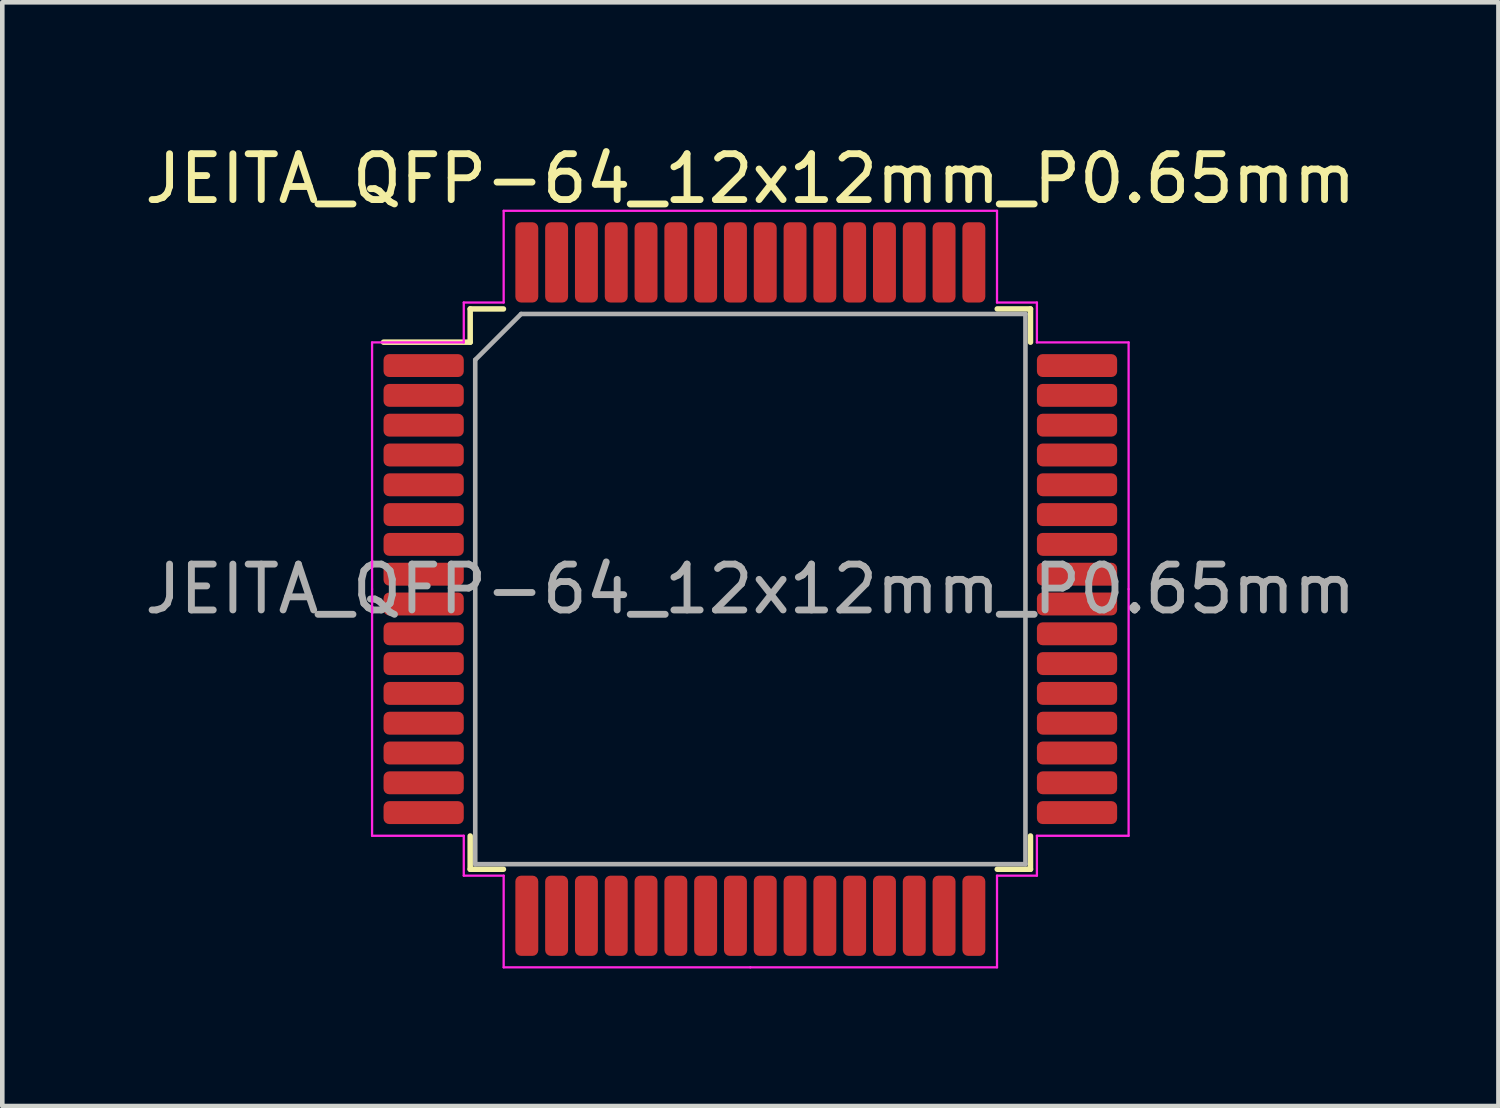
<source format=kicad_pcb>
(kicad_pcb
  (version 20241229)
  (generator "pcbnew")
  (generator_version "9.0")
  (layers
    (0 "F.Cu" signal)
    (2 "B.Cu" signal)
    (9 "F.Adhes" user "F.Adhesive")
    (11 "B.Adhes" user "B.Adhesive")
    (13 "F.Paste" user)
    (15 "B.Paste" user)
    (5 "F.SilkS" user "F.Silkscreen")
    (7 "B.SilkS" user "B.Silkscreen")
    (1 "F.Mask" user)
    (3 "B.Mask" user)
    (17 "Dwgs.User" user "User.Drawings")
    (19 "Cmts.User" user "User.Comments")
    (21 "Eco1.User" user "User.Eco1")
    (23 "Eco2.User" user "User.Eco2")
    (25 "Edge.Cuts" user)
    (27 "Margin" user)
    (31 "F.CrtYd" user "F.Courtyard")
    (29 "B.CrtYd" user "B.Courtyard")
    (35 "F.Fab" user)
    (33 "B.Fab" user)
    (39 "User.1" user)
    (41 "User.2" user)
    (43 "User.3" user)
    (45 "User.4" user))
  (footprint "JEITA_QFP-64_12x12mm_P0.65mm"
    (layer "F.Cu")
    (at 13.315 9.798)
    (property "Reference" "JEITA_QFP-64_12x12mm_P0.65mm" (at 0 -8.95 0) (layer "F.SilkS") (effects (font (size 1 1) (thickness 0.15))))
    (attr smd)
    (fp_line (start -6.11 -6.11) (end -6.11 -5.385) (stroke (width 0.12) (type solid)) (layer "F.SilkS"))
    (fp_line (start -6.11 -5.385) (end -8 -5.385) (stroke (width 0.12) (type solid)) (layer "F.SilkS"))
    (fp_line (start -6.11 6.11) (end -6.11 5.385) (stroke (width 0.12) (type solid)) (layer "F.SilkS"))
    (fp_line (start -5.385 -6.11) (end -6.11 -6.11) (stroke (width 0.12) (type solid)) (layer "F.SilkS"))
    (fp_line (start -5.385 6.11) (end -6.11 6.11) (stroke (width 0.12) (type solid)) (layer "F.SilkS"))
    (fp_line (start 5.385 -6.11) (end 6.11 -6.11) (stroke (width 0.12) (type solid)) (layer "F.SilkS"))
    (fp_line (start 5.385 6.11) (end 6.11 6.11) (stroke (width 0.12) (type solid)) (layer "F.SilkS"))
    (fp_line (start 6.11 -6.11) (end 6.11 -5.385) (stroke (width 0.12) (type solid)) (layer "F.SilkS"))
    (fp_line (start 6.11 6.11) (end 6.11 5.385) (stroke (width 0.12) (type solid)) (layer "F.SilkS"))
    (fp_line (start -8.25 -5.38) (end -8.25 0) (stroke (width 0.05) (type solid)) (layer "F.CrtYd"))
    (fp_line (start -8.25 5.38) (end -8.25 0) (stroke (width 0.05) (type solid)) (layer "F.CrtYd"))
    (fp_line (start -6.25 -6.25) (end -6.25 -5.38) (stroke (width 0.05) (type solid)) (layer "F.CrtYd"))
    (fp_line (start -6.25 -5.38) (end -8.25 -5.38) (stroke (width 0.05) (type solid)) (layer "F.CrtYd"))
    (fp_line (start -6.25 5.38) (end -8.25 5.38) (stroke (width 0.05) (type solid)) (layer "F.CrtYd"))
    (fp_line (start -6.25 6.25) (end -6.25 5.38) (stroke (width 0.05) (type solid)) (layer "F.CrtYd"))
    (fp_line (start -5.38 -8.25) (end -5.38 -6.25) (stroke (width 0.05) (type solid)) (layer "F.CrtYd"))
    (fp_line (start -5.38 -6.25) (end -6.25 -6.25) (stroke (width 0.05) (type solid)) (layer "F.CrtYd"))
    (fp_line (start -5.38 6.25) (end -6.25 6.25) (stroke (width 0.05) (type solid)) (layer "F.CrtYd"))
    (fp_line (start -5.38 8.25) (end -5.38 6.25) (stroke (width 0.05) (type solid)) (layer "F.CrtYd"))
    (fp_line (start 0 -8.25) (end -5.38 -8.25) (stroke (width 0.05) (type solid)) (layer "F.CrtYd"))
    (fp_line (start 0 -8.25) (end 5.38 -8.25) (stroke (width 0.05) (type solid)) (layer "F.CrtYd"))
    (fp_line (start 0 8.25) (end -5.38 8.25) (stroke (width 0.05) (type solid)) (layer "F.CrtYd"))
    (fp_line (start 0 8.25) (end 5.38 8.25) (stroke (width 0.05) (type solid)) (layer "F.CrtYd"))
    (fp_line (start 5.38 -8.25) (end 5.38 -6.25) (stroke (width 0.05) (type solid)) (layer "F.CrtYd"))
    (fp_line (start 5.38 -6.25) (end 6.25 -6.25) (stroke (width 0.05) (type solid)) (layer "F.CrtYd"))
    (fp_line (start 5.38 6.25) (end 6.25 6.25) (stroke (width 0.05) (type solid)) (layer "F.CrtYd"))
    (fp_line (start 5.38 8.25) (end 5.38 6.25) (stroke (width 0.05) (type solid)) (layer "F.CrtYd"))
    (fp_line (start 6.25 -6.25) (end 6.25 -5.38) (stroke (width 0.05) (type solid)) (layer "F.CrtYd"))
    (fp_line (start 6.25 -5.38) (end 8.25 -5.38) (stroke (width 0.05) (type solid)) (layer "F.CrtYd"))
    (fp_line (start 6.25 5.38) (end 8.25 5.38) (stroke (width 0.05) (type solid)) (layer "F.CrtYd"))
    (fp_line (start 6.25 6.25) (end 6.25 5.38) (stroke (width 0.05) (type solid)) (layer "F.CrtYd"))
    (fp_line (start 8.25 -5.38) (end 8.25 0) (stroke (width 0.05) (type solid)) (layer "F.CrtYd"))
    (fp_line (start 8.25 5.38) (end 8.25 0) (stroke (width 0.05) (type solid)) (layer "F.CrtYd"))
    (fp_line (start -6 -5) (end -5 -6) (stroke (width 0.1) (type solid)) (layer "F.Fab"))
    (fp_line (start -6 6) (end -6 -5) (stroke (width 0.1) (type solid)) (layer "F.Fab"))
    (fp_line (start -5 -6) (end 6 -6) (stroke (width 0.1) (type solid)) (layer "F.Fab"))
    (fp_line (start 6 -6) (end 6 6) (stroke (width 0.1) (type solid)) (layer "F.Fab"))
    (fp_line (start 6 6) (end -6 6) (stroke (width 0.1) (type solid)) (layer "F.Fab"))
    (fp_text user "${REFERENCE}" (at 0 0 0) (layer "F.Fab") (effects (font (size 1 1) (thickness 0.15))))
    (pad "1" smd roundrect (at -7.125 -4.875) (size 1.75 0.5) (layers "F.Cu" "F.Mask" "F.Paste") (roundrect_rratio 0.25))
    (pad "2" smd roundrect (at -7.125 -4.225) (size 1.75 0.5) (layers "F.Cu" "F.Mask" "F.Paste") (roundrect_rratio 0.25))
    (pad "3" smd roundrect (at -7.125 -3.575) (size 1.75 0.5) (layers "F.Cu" "F.Mask" "F.Paste") (roundrect_rratio 0.25))
    (pad "4" smd roundrect (at -7.125 -2.925) (size 1.75 0.5) (layers "F.Cu" "F.Mask" "F.Paste") (roundrect_rratio 0.25))
    (pad "5" smd roundrect (at -7.125 -2.275) (size 1.75 0.5) (layers "F.Cu" "F.Mask" "F.Paste") (roundrect_rratio 0.25))
    (pad "6" smd roundrect (at -7.125 -1.625) (size 1.75 0.5) (layers "F.Cu" "F.Mask" "F.Paste") (roundrect_rratio 0.25))
    (pad "7" smd roundrect (at -7.125 -0.975) (size 1.75 0.5) (layers "F.Cu" "F.Mask" "F.Paste") (roundrect_rratio 0.25))
    (pad "8" smd roundrect (at -7.125 -0.325) (size 1.75 0.5) (layers "F.Cu" "F.Mask" "F.Paste") (roundrect_rratio 0.25))
    (pad "9" smd roundrect (at -7.125 0.325) (size 1.75 0.5) (layers "F.Cu" "F.Mask" "F.Paste") (roundrect_rratio 0.25))
    (pad "10" smd roundrect (at -7.125 0.975) (size 1.75 0.5) (layers "F.Cu" "F.Mask" "F.Paste") (roundrect_rratio 0.25))
    (pad "11" smd roundrect (at -7.125 1.625) (size 1.75 0.5) (layers "F.Cu" "F.Mask" "F.Paste") (roundrect_rratio 0.25))
    (pad "12" smd roundrect (at -7.125 2.275) (size 1.75 0.5) (layers "F.Cu" "F.Mask" "F.Paste") (roundrect_rratio 0.25))
    (pad "13" smd roundrect (at -7.125 2.925) (size 1.75 0.5) (layers "F.Cu" "F.Mask" "F.Paste") (roundrect_rratio 0.25))
    (pad "14" smd roundrect (at -7.125 3.575) (size 1.75 0.5) (layers "F.Cu" "F.Mask" "F.Paste") (roundrect_rratio 0.25))
    (pad "15" smd roundrect (at -7.125 4.225) (size 1.75 0.5) (layers "F.Cu" "F.Mask" "F.Paste") (roundrect_rratio 0.25))
    (pad "16" smd roundrect (at -7.125 4.875) (size 1.75 0.5) (layers "F.Cu" "F.Mask" "F.Paste") (roundrect_rratio 0.25))
    (pad "17" smd roundrect (at -4.875 7.125) (size 0.5 1.75) (layers "F.Cu" "F.Mask" "F.Paste") (roundrect_rratio 0.25))
    (pad "18" smd roundrect (at -4.225 7.125) (size 0.5 1.75) (layers "F.Cu" "F.Mask" "F.Paste") (roundrect_rratio 0.25))
    (pad "19" smd roundrect (at -3.575 7.125) (size 0.5 1.75) (layers "F.Cu" "F.Mask" "F.Paste") (roundrect_rratio 0.25))
    (pad "20" smd roundrect (at -2.925 7.125) (size 0.5 1.75) (layers "F.Cu" "F.Mask" "F.Paste") (roundrect_rratio 0.25))
    (pad "21" smd roundrect (at -2.275 7.125) (size 0.5 1.75) (layers "F.Cu" "F.Mask" "F.Paste") (roundrect_rratio 0.25))
    (pad "22" smd roundrect (at -1.625 7.125) (size 0.5 1.75) (layers "F.Cu" "F.Mask" "F.Paste") (roundrect_rratio 0.25))
    (pad "23" smd roundrect (at -0.975 7.125) (size 0.5 1.75) (layers "F.Cu" "F.Mask" "F.Paste") (roundrect_rratio 0.25))
    (pad "24" smd roundrect (at -0.325 7.125) (size 0.5 1.75) (layers "F.Cu" "F.Mask" "F.Paste") (roundrect_rratio 0.25))
    (pad "25" smd roundrect (at 0.325 7.125) (size 0.5 1.75) (layers "F.Cu" "F.Mask" "F.Paste") (roundrect_rratio 0.25))
    (pad "26" smd roundrect (at 0.975 7.125) (size 0.5 1.75) (layers "F.Cu" "F.Mask" "F.Paste") (roundrect_rratio 0.25))
    (pad "27" smd roundrect (at 1.625 7.125) (size 0.5 1.75) (layers "F.Cu" "F.Mask" "F.Paste") (roundrect_rratio 0.25))
    (pad "28" smd roundrect (at 2.275 7.125) (size 0.5 1.75) (layers "F.Cu" "F.Mask" "F.Paste") (roundrect_rratio 0.25))
    (pad "29" smd roundrect (at 2.925 7.125) (size 0.5 1.75) (layers "F.Cu" "F.Mask" "F.Paste") (roundrect_rratio 0.25))
    (pad "30" smd roundrect (at 3.575 7.125) (size 0.5 1.75) (layers "F.Cu" "F.Mask" "F.Paste") (roundrect_rratio 0.25))
    (pad "31" smd roundrect (at 4.225 7.125) (size 0.5 1.75) (layers "F.Cu" "F.Mask" "F.Paste") (roundrect_rratio 0.25))
    (pad "32" smd roundrect (at 4.875 7.125) (size 0.5 1.75) (layers "F.Cu" "F.Mask" "F.Paste") (roundrect_rratio 0.25))
    (pad "33" smd roundrect (at 7.125 4.875) (size 1.75 0.5) (layers "F.Cu" "F.Mask" "F.Paste") (roundrect_rratio 0.25))
    (pad "34" smd roundrect (at 7.125 4.225) (size 1.75 0.5) (layers "F.Cu" "F.Mask" "F.Paste") (roundrect_rratio 0.25))
    (pad "35" smd roundrect (at 7.125 3.575) (size 1.75 0.5) (layers "F.Cu" "F.Mask" "F.Paste") (roundrect_rratio 0.25))
    (pad "36" smd roundrect (at 7.125 2.925) (size 1.75 0.5) (layers "F.Cu" "F.Mask" "F.Paste") (roundrect_rratio 0.25))
    (pad "37" smd roundrect (at 7.125 2.275) (size 1.75 0.5) (layers "F.Cu" "F.Mask" "F.Paste") (roundrect_rratio 0.25))
    (pad "38" smd roundrect (at 7.125 1.625) (size 1.75 0.5) (layers "F.Cu" "F.Mask" "F.Paste") (roundrect_rratio 0.25))
    (pad "39" smd roundrect (at 7.125 0.975) (size 1.75 0.5) (layers "F.Cu" "F.Mask" "F.Paste") (roundrect_rratio 0.25))
    (pad "40" smd roundrect (at 7.125 0.325) (size 1.75 0.5) (layers "F.Cu" "F.Mask" "F.Paste") (roundrect_rratio 0.25))
    (pad "41" smd roundrect (at 7.125 -0.325) (size 1.75 0.5) (layers "F.Cu" "F.Mask" "F.Paste") (roundrect_rratio 0.25))
    (pad "42" smd roundrect (at 7.125 -0.975) (size 1.75 0.5) (layers "F.Cu" "F.Mask" "F.Paste") (roundrect_rratio 0.25))
    (pad "43" smd roundrect (at 7.125 -1.625) (size 1.75 0.5) (layers "F.Cu" "F.Mask" "F.Paste") (roundrect_rratio 0.25))
    (pad "44" smd roundrect (at 7.125 -2.275) (size 1.75 0.5) (layers "F.Cu" "F.Mask" "F.Paste") (roundrect_rratio 0.25))
    (pad "45" smd roundrect (at 7.125 -2.925) (size 1.75 0.5) (layers "F.Cu" "F.Mask" "F.Paste") (roundrect_rratio 0.25))
    (pad "46" smd roundrect (at 7.125 -3.575) (size 1.75 0.5) (layers "F.Cu" "F.Mask" "F.Paste") (roundrect_rratio 0.25))
    (pad "47" smd roundrect (at 7.125 -4.225) (size 1.75 0.5) (layers "F.Cu" "F.Mask" "F.Paste") (roundrect_rratio 0.25))
    (pad "48" smd roundrect (at 7.125 -4.875) (size 1.75 0.5) (layers "F.Cu" "F.Mask" "F.Paste") (roundrect_rratio 0.25))
    (pad "49" smd roundrect (at 4.875 -7.125) (size 0.5 1.75) (layers "F.Cu" "F.Mask" "F.Paste") (roundrect_rratio 0.25))
    (pad "50" smd roundrect (at 4.225 -7.125) (size 0.5 1.75) (layers "F.Cu" "F.Mask" "F.Paste") (roundrect_rratio 0.25))
    (pad "51" smd roundrect (at 3.575 -7.125) (size 0.5 1.75) (layers "F.Cu" "F.Mask" "F.Paste") (roundrect_rratio 0.25))
    (pad "52" smd roundrect (at 2.925 -7.125) (size 0.5 1.75) (layers "F.Cu" "F.Mask" "F.Paste") (roundrect_rratio 0.25))
    (pad "53" smd roundrect (at 2.275 -7.125) (size 0.5 1.75) (layers "F.Cu" "F.Mask" "F.Paste") (roundrect_rratio 0.25))
    (pad "54" smd roundrect (at 1.625 -7.125) (size 0.5 1.75) (layers "F.Cu" "F.Mask" "F.Paste") (roundrect_rratio 0.25))
    (pad "55" smd roundrect (at 0.975 -7.125) (size 0.5 1.75) (layers "F.Cu" "F.Mask" "F.Paste") (roundrect_rratio 0.25))
    (pad "56" smd roundrect (at 0.325 -7.125) (size 0.5 1.75) (layers "F.Cu" "F.Mask" "F.Paste") (roundrect_rratio 0.25))
    (pad "57" smd roundrect (at -0.325 -7.125) (size 0.5 1.75) (layers "F.Cu" "F.Mask" "F.Paste") (roundrect_rratio 0.25))
    (pad "58" smd roundrect (at -0.975 -7.125) (size 0.5 1.75) (layers "F.Cu" "F.Mask" "F.Paste") (roundrect_rratio 0.25))
    (pad "59" smd roundrect (at -1.625 -7.125) (size 0.5 1.75) (layers "F.Cu" "F.Mask" "F.Paste") (roundrect_rratio 0.25))
    (pad "60" smd roundrect (at -2.275 -7.125) (size 0.5 1.75) (layers "F.Cu" "F.Mask" "F.Paste") (roundrect_rratio 0.25))
    (pad "61" smd roundrect (at -2.925 -7.125) (size 0.5 1.75) (layers "F.Cu" "F.Mask" "F.Paste") (roundrect_rratio 0.25))
    (pad "62" smd roundrect (at -3.575 -7.125) (size 0.5 1.75) (layers "F.Cu" "F.Mask" "F.Paste") (roundrect_rratio 0.25))
    (pad "63" smd roundrect (at -4.225 -7.125) (size 0.5 1.75) (layers "F.Cu" "F.Mask" "F.Paste") (roundrect_rratio 0.25))
    (pad "64" smd roundrect (at -4.875 -7.125) (size 0.5 1.75) (layers "F.Cu" "F.Mask" "F.Paste") (roundrect_rratio 0.25)))
  (gr_rect
    (start -3 -3)
    (end 29.631 21.073)
    (stroke (width 0.1) (type default))
    (fill no)
    (layer "Edge.Cuts")))
</source>
